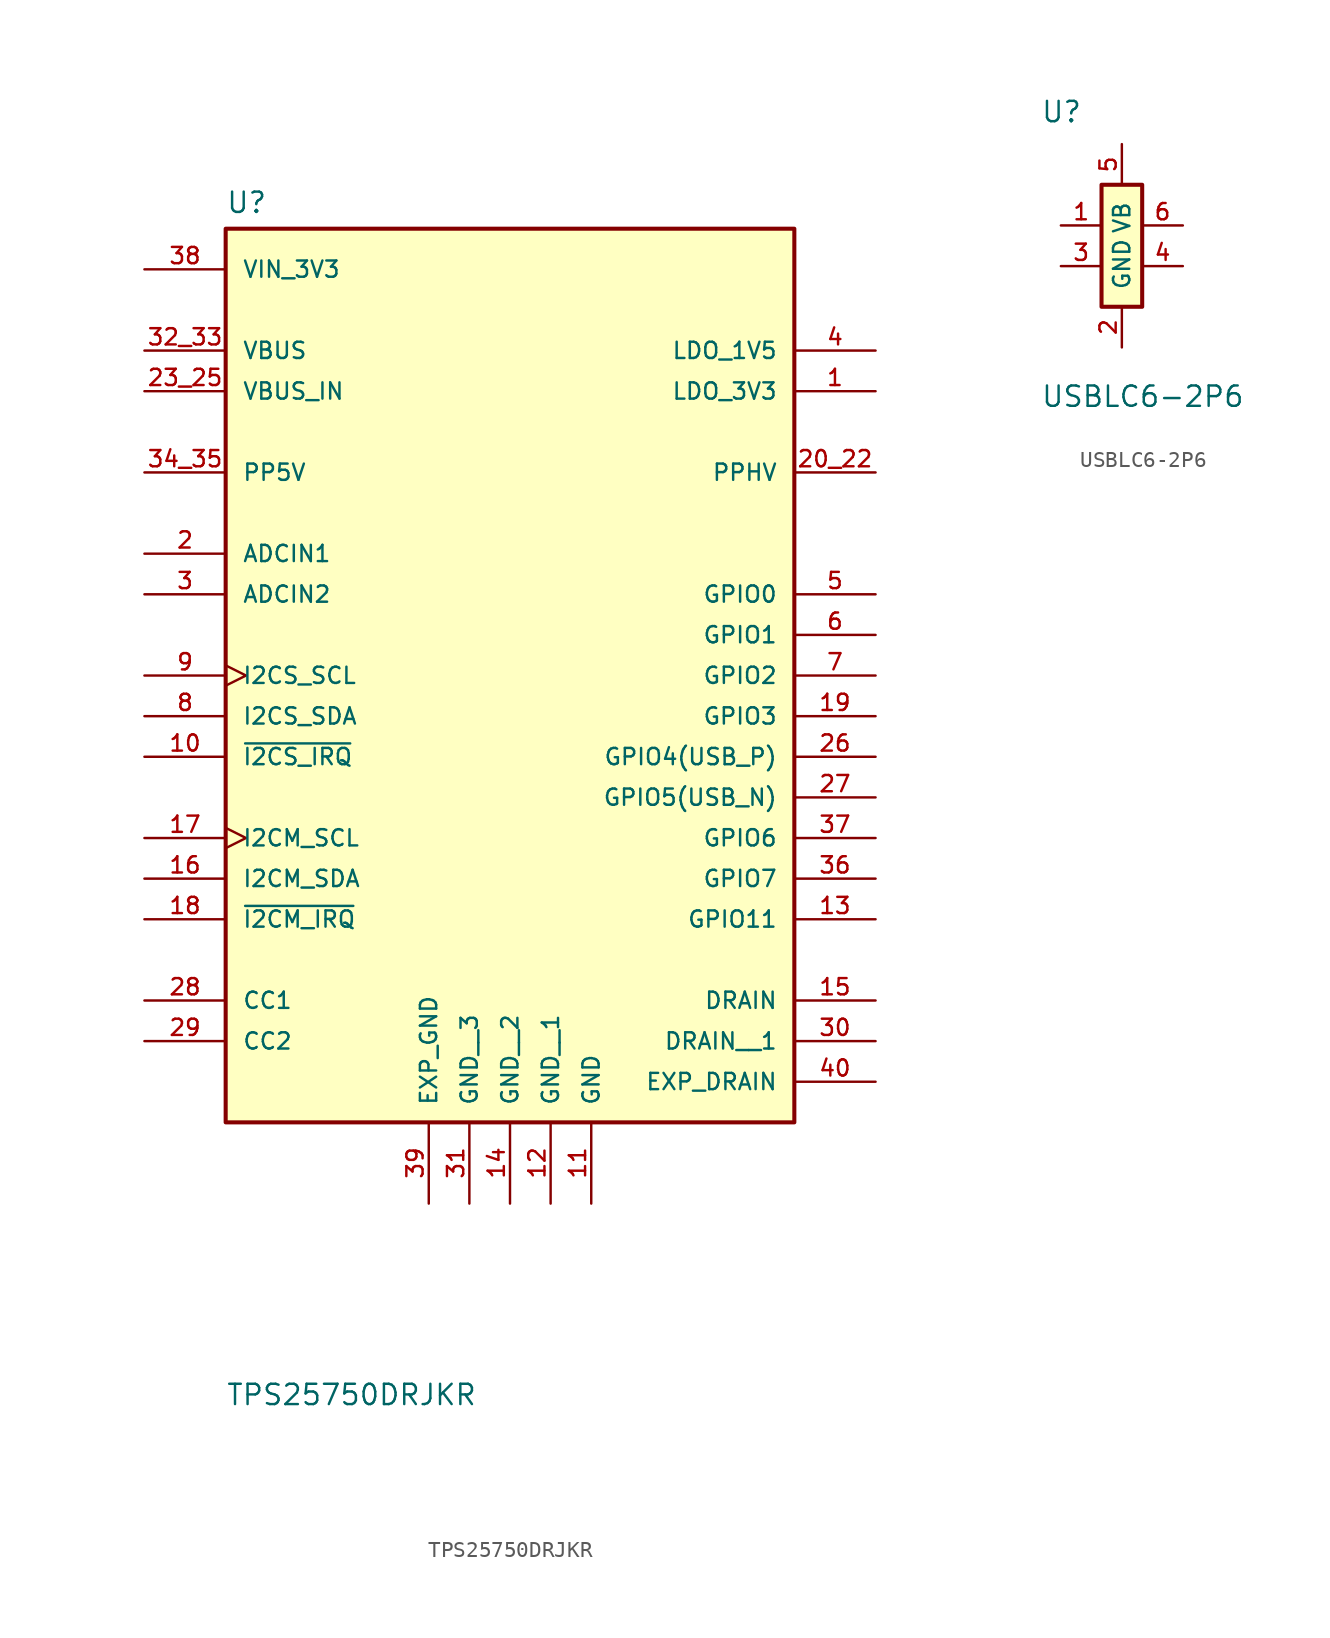
<source format=kicad_sym>
(kicad_symbol_lib
  (version 20231120)
  (generator "kicad_symbol_editor")
  (generator_version "8.0")
  (symbol "TPS25750DRJKR"
    (pin_names
      (offset 1.016))
    (property "Reference" "U"
      (at -17.78 31.369 0)
      (effects (font (size 1.27 1.27)) (justify left bottom)))
    (property "Value" "TPS25750DRJKR"
      (at -17.78 -43.18 0)
      (effects (font (size 1.27 1.27)) (justify left bottom)))
    (symbol "TPS25750DRJKR_0_0"
      (rectangle (start -17.78 30.48) (end 17.78 -25.4) (stroke (width 0.254) (type default)) (fill (type background)))
      (pin output line (at 22.86 20.32 180) (length 5.08) (name "LDO_3V3" (effects (font (size 1.016 1.016)))) (number "1" (effects (font (size 1.016 1.016)))))
      (pin output line (at -22.86 -2.54 0) (length 5.08) (name "~{I2CS_IRQ}" (effects (font (size 1.016 1.016)))) (number "10" (effects (font (size 1.016 1.016)))))
      (pin power_in line (at 5.08 -30.48 90) (length 5.08) (name "GND" (effects (font (size 1.016 1.016)))) (number "11" (effects (font (size 1.016 1.016)))))
      (pin power_in line (at 2.54 -30.48 90) (length 5.08) (name "GND__1" (effects (font (size 1.016 1.016)))) (number "12" (effects (font (size 1.016 1.016)))))
      (pin output line (at 22.86 -12.7 180) (length 5.08) (name "GPIO11" (effects (font (size 1.016 1.016)))) (number "13" (effects (font (size 1.016 1.016)))))
      (pin power_in line (at 0 -30.48 90) (length 5.08) (name "GND__2" (effects (font (size 1.016 1.016)))) (number "14" (effects (font (size 1.016 1.016)))))
      (pin passive line (at 22.86 -17.78 180) (length 5.08) (name "DRAIN" (effects (font (size 1.016 1.016)))) (number "15" (effects (font (size 1.016 1.016)))))
      (pin bidirectional line (at -22.86 -10.16 0) (length 5.08) (name "I2CM_SDA" (effects (font (size 1.016 1.016)))) (number "16" (effects (font (size 1.016 1.016)))))
      (pin output clock (at -22.86 -7.62 0) (length 5.08) (name "I2CM_SCL" (effects (font (size 1.016 1.016)))) (number "17" (effects (font (size 1.016 1.016)))))
      (pin input line (at -22.86 -12.7 0) (length 5.08) (name "~{I2CM_IRQ}" (effects (font (size 1.016 1.016)))) (number "18" (effects (font (size 1.016 1.016)))))
      (pin output line (at 22.86 0 180) (length 5.08) (name "GPIO3" (effects (font (size 1.016 1.016)))) (number "19" (effects (font (size 1.016 1.016)))))
      (pin input line (at -22.86 10.16 0) (length 5.08) (name "ADCIN1" (effects (font (size 1.016 1.016)))) (number "2" (effects (font (size 1.016 1.016)))))
      (pin bidirectional line (at 22.86 15.24 180) (length 5.08) (name "PPHV" (effects (font (size 1.016 1.016)))) (number "20_22" (effects (font (size 1.016 1.016)))))
      (pin input line (at -22.86 20.32 0) (length 5.08) (name "VBUS_IN" (effects (font (size 1.016 1.016)))) (number "23_25" (effects (font (size 1.016 1.016)))))
      (pin bidirectional line (at 22.86 -2.54 180) (length 5.08) (name "GPIO4(USB_P)" (effects (font (size 1.016 1.016)))) (number "26" (effects (font (size 1.016 1.016)))))
      (pin bidirectional line (at 22.86 -5.08 180) (length 5.08) (name "GPIO5(USB_N)" (effects (font (size 1.016 1.016)))) (number "27" (effects (font (size 1.016 1.016)))))
      (pin bidirectional line (at -22.86 -17.78 0) (length 5.08) (name "CC1" (effects (font (size 1.016 1.016)))) (number "28" (effects (font (size 1.016 1.016)))))
      (pin bidirectional line (at -22.86 -20.32 0) (length 5.08) (name "CC2" (effects (font (size 1.016 1.016)))) (number "29" (effects (font (size 1.016 1.016)))))
      (pin input line (at -22.86 7.62 0) (length 5.08) (name "ADCIN2" (effects (font (size 1.016 1.016)))) (number "3" (effects (font (size 1.016 1.016)))))
      (pin passive line (at 22.86 -20.32 180) (length 5.08) (name "DRAIN__1" (effects (font (size 1.016 1.016)))) (number "30" (effects (font (size 1.016 1.016)))))
      (pin power_in line (at -2.54 -30.48 90) (length 5.08) (name "GND__3" (effects (font (size 1.016 1.016)))) (number "31" (effects (font (size 1.016 1.016)))))
      (pin input line (at -22.86 22.86 0) (length 5.08) (name "VBUS" (effects (font (size 1.016 1.016)))) (number "32_33" (effects (font (size 1.016 1.016)))))
      (pin input line (at -22.86 15.24 0) (length 5.08) (name "PP5V" (effects (font (size 1.016 1.016)))) (number "34_35" (effects (font (size 1.016 1.016)))))
      (pin output line (at 22.86 -10.16 180) (length 5.08) (name "GPIO7" (effects (font (size 1.016 1.016)))) (number "36" (effects (font (size 1.016 1.016)))))
      (pin output line (at 22.86 -7.62 180) (length 5.08) (name "GPIO6" (effects (font (size 1.016 1.016)))) (number "37" (effects (font (size 1.016 1.016)))))
      (pin input line (at -22.86 27.94 0) (length 5.08) (name "VIN_3V3" (effects (font (size 1.016 1.016)))) (number "38" (effects (font (size 1.016 1.016)))))
      (pin power_in line (at -5.08 -30.48 90) (length 5.08) (name "EXP_GND" (effects (font (size 1.016 1.016)))) (number "39" (effects (font (size 1.016 1.016)))))
      (pin output line (at 22.86 22.86 180) (length 5.08) (name "LDO_1V5" (effects (font (size 1.016 1.016)))) (number "4" (effects (font (size 1.016 1.016)))))
      (pin passive line (at 22.86 -22.86 180) (length 5.08) (name "EXP_DRAIN" (effects (font (size 1.016 1.016)))) (number "40" (effects (font (size 1.016 1.016)))))
      (pin bidirectional line (at 22.86 7.62 180) (length 5.08) (name "GPIO0" (effects (font (size 1.016 1.016)))) (number "5" (effects (font (size 1.016 1.016)))))
      (pin bidirectional line (at 22.86 5.08 180) (length 5.08) (name "GPIO1" (effects (font (size 1.016 1.016)))) (number "6" (effects (font (size 1.016 1.016)))))
      (pin output line (at 22.86 2.54 180) (length 5.08) (name "GPIO2" (effects (font (size 1.016 1.016)))) (number "7" (effects (font (size 1.016 1.016)))))
      (pin bidirectional line (at -22.86 0 0) (length 5.08) (name "I2CS_SDA" (effects (font (size 1.016 1.016)))) (number "8" (effects (font (size 1.016 1.016)))))
      (pin input clock (at -22.86 2.54 0) (length 5.08) (name "I2CS_SCL" (effects (font (size 1.016 1.016)))) (number "9" (effects (font (size 1.016 1.016)))))))
  (symbol "USBLC6-2P6"
    (pin_names
      (offset 1.016))
    (property "Reference" "U"
      (at -5.08 7.62 0)
      (effects (font (size 1.27 1.27)) (justify left bottom)))
    (property "Value" "USBLC6-2P6"
      (at -5.08 -10.16 0)
      (effects (font (size 1.27 1.27)) (justify left bottom)))
    (symbol "USBLC6-2P6_0_0"
      (rectangle (start -1.27 3.81) (end 1.27 -3.81) (stroke (width 0.254) (type solid)) (fill (type background)))
      (pin bidirectional line (at -3.81 1.27 0) (length 2.54) (name "~" (effects (font (size 1.016 1.016)))) (number "1" (effects (font (size 1.016 1.016)))))
      (pin bidirectional line (at -3.81 -1.27 0) (length 2.54) (name "~" (effects (font (size 1.016 1.016)))) (number "3" (effects (font (size 1.016 1.016)))))
      (pin bidirectional line (at 3.81 -1.27 180) (length 2.54) (name "~" (effects (font (size 1.016 1.016)))) (number "4" (effects (font (size 1.016 1.016)))))
      (pin bidirectional line (at 3.81 1.27 180) (length 2.54) (name "~" (effects (font (size 1.016 1.016)))) (number "6" (effects (font (size 1.016 1.016))))))
    (symbol "USBLC6-2P6_1_0"
      (pin power_in line (at 0 -6.35 90) (length 2.54) (name "GND" (effects (font (size 1.016 1.016)))) (number "2" (effects (font (size 1.016 1.016)))))
      (pin power_in line (at 0 6.35 270) (length 2.54) (name "VB" (effects (font (size 1.016 1.016)))) (number "5" (effects (font (size 1.016 1.016))))))))
</source>
